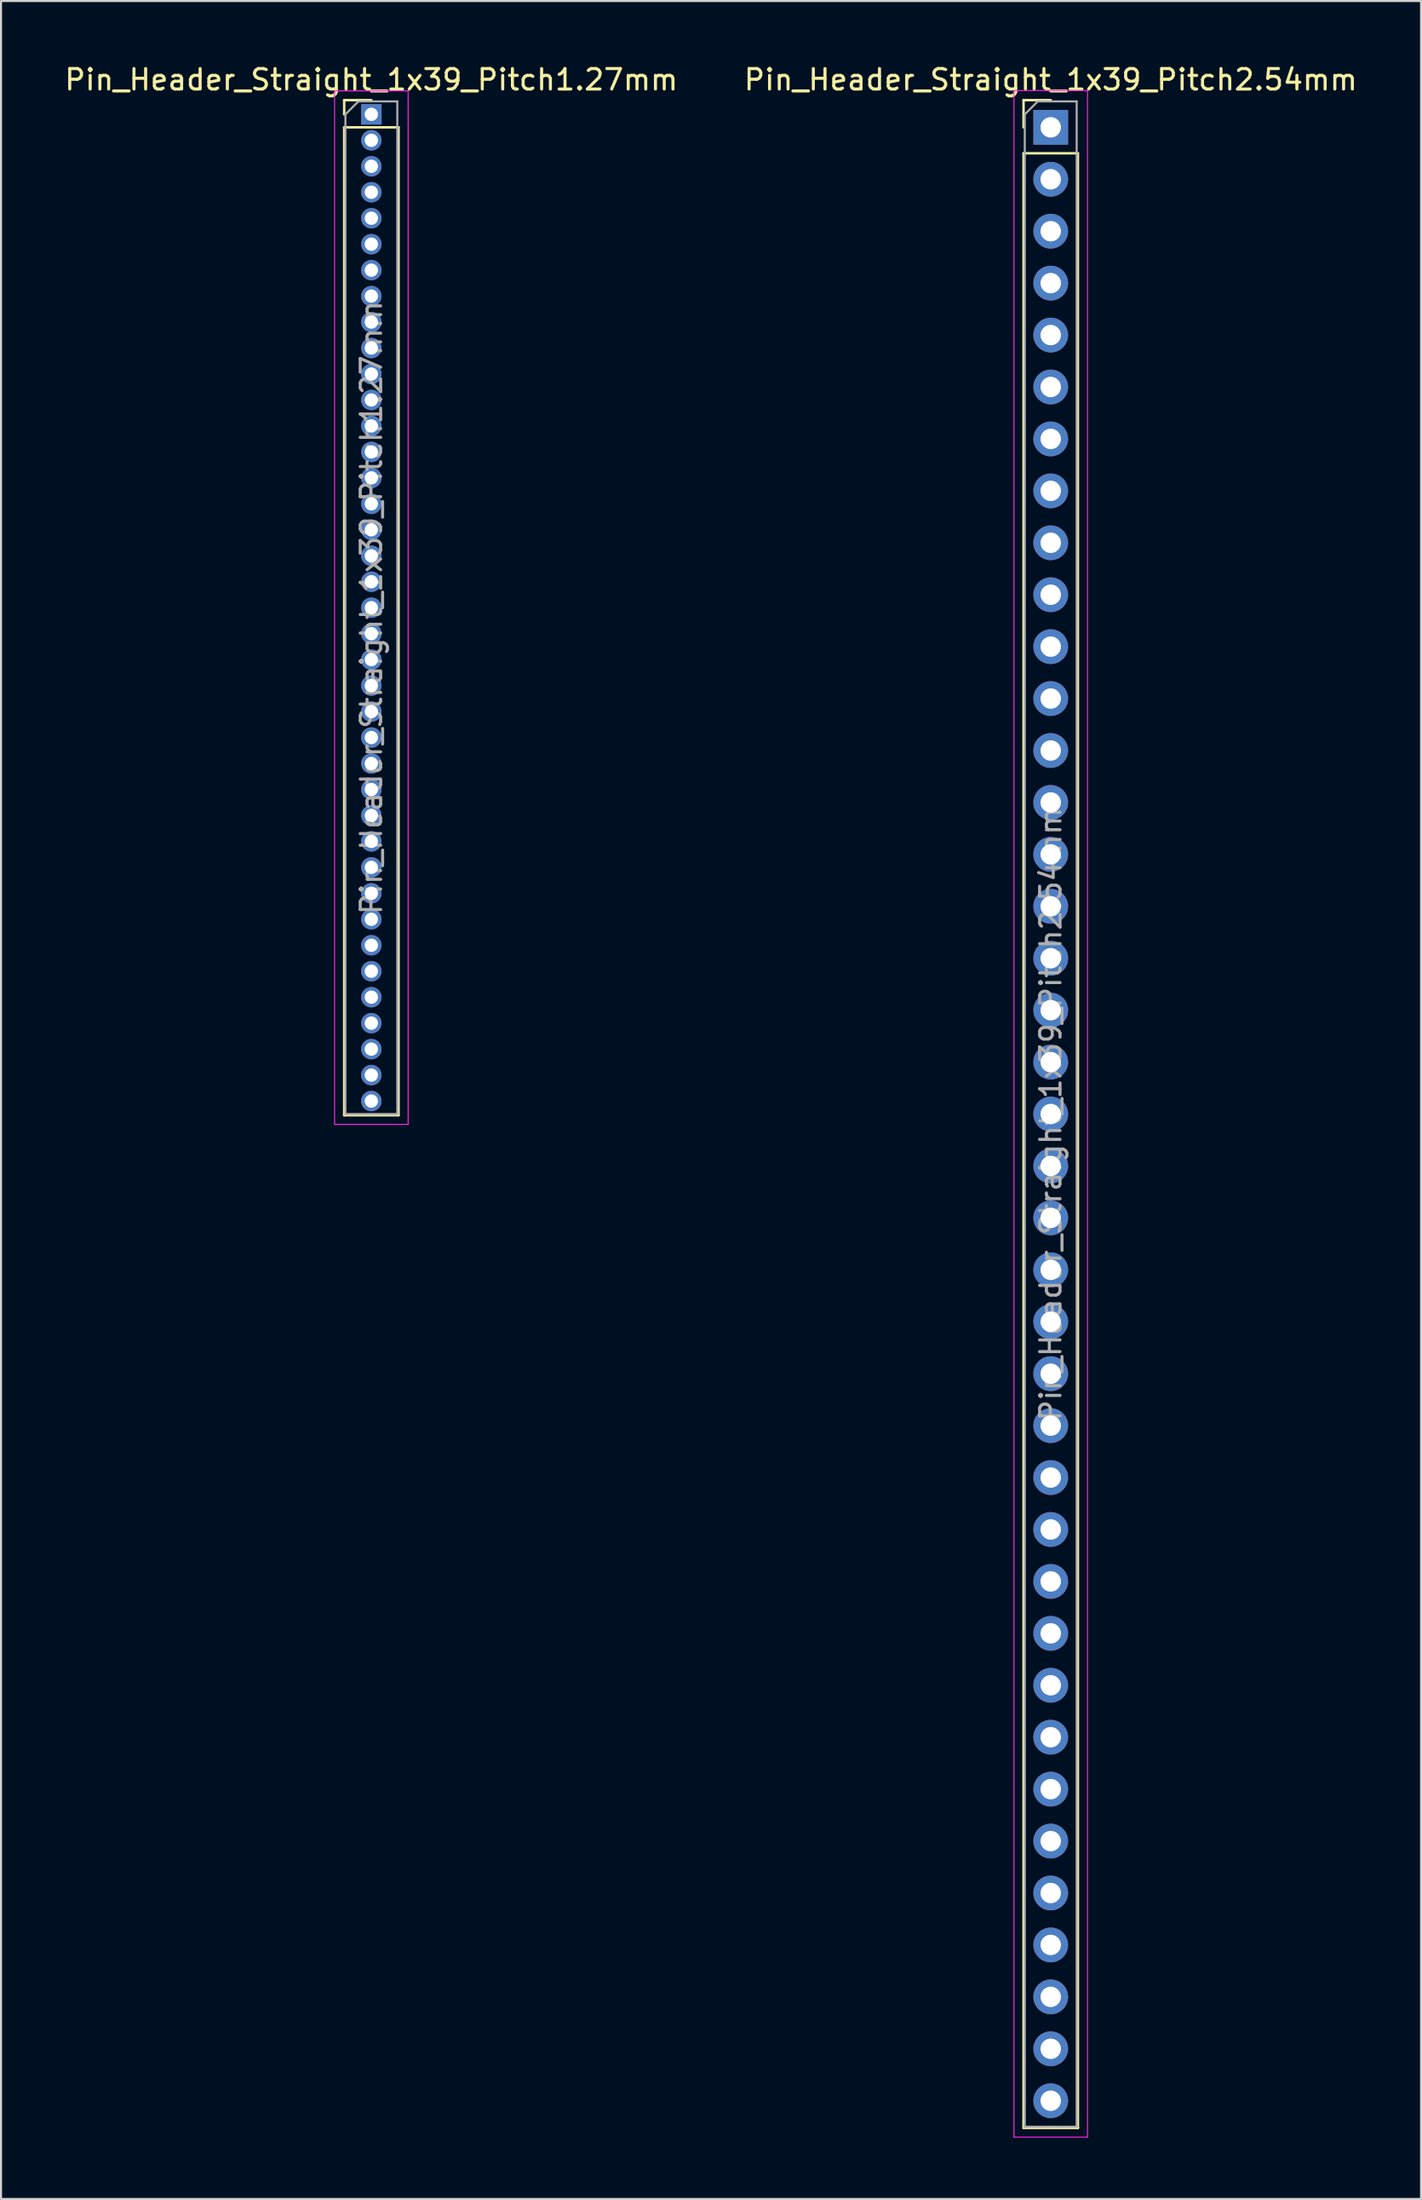
<source format=kicad_pcb>
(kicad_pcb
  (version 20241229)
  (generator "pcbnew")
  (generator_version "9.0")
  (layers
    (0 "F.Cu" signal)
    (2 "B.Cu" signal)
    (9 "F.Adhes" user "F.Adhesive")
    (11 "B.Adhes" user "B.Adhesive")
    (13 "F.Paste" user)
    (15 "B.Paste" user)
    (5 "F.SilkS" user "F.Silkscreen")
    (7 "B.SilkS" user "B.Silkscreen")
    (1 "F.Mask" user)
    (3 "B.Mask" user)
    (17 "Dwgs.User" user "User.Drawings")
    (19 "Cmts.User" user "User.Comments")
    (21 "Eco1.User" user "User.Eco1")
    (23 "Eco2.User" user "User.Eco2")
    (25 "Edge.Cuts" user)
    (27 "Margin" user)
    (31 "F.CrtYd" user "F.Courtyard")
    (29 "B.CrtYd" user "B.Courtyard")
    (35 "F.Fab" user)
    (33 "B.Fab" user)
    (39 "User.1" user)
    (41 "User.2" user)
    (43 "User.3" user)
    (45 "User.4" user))
  (footprint "Pin_Header_Straight_1x39_Pitch2.54mm"
    (layer "F.Cu")
    (at 48.375 3.178)
    (property "Reference" "Pin_Header_Straight_1x39_Pitch2.54mm" (at 0 -2.33 0) (layer "F.SilkS") (effects (font (size 1 1) (thickness 0.15))))
    (attr through_hole)
    (fp_line (start -1.33 -1.33) (end 0 -1.33) (stroke (width 0.12) (type solid)) (layer "F.SilkS"))
    (fp_line (start -1.33 0) (end -1.33 -1.33) (stroke (width 0.12) (type solid)) (layer "F.SilkS"))
    (fp_line (start -1.33 1.27) (end -1.33 97.85) (stroke (width 0.12) (type solid)) (layer "F.SilkS"))
    (fp_line (start -1.33 97.85) (end 1.33 97.85) (stroke (width 0.12) (type solid)) (layer "F.SilkS"))
    (fp_line (start 1.33 1.27) (end -1.33 1.27) (stroke (width 0.12) (type solid)) (layer "F.SilkS"))
    (fp_line (start 1.33 97.85) (end 1.33 1.27) (stroke (width 0.12) (type solid)) (layer "F.SilkS"))
    (fp_line (start -1.8 -1.8) (end -1.8 98.3) (stroke (width 0.05) (type solid)) (layer "F.CrtYd"))
    (fp_line (start -1.8 98.3) (end 1.8 98.3) (stroke (width 0.05) (type solid)) (layer "F.CrtYd"))
    (fp_line (start 1.8 -1.8) (end -1.8 -1.8) (stroke (width 0.05) (type solid)) (layer "F.CrtYd"))
    (fp_line (start 1.8 98.3) (end 1.8 -1.8) (stroke (width 0.05) (type solid)) (layer "F.CrtYd"))
    (fp_line (start -1.27 -0.635) (end -0.635 -1.27) (stroke (width 0.1) (type solid)) (layer "F.Fab"))
    (fp_line (start -1.27 97.79) (end -1.27 -0.635) (stroke (width 0.1) (type solid)) (layer "F.Fab"))
    (fp_line (start -0.635 -1.27) (end 1.27 -1.27) (stroke (width 0.1) (type solid)) (layer "F.Fab"))
    (fp_line (start 1.27 -1.27) (end 1.27 97.79) (stroke (width 0.1) (type solid)) (layer "F.Fab"))
    (fp_line (start 1.27 97.79) (end -1.27 97.79) (stroke (width 0.1) (type solid)) (layer "F.Fab"))
    (fp_text user "${REFERENCE}" (at 0 48.26 90) (layer "F.Fab") (effects (font (size 1 1) (thickness 0.15))))
    (pad "1" thru_hole rect (at 0 0) (size 1.7 1.7) (drill 1) (layers "*.Cu" "*.Mask"))
    (pad "2" thru_hole oval (at 0 2.54) (size 1.7 1.7) (drill 1) (layers "*.Cu" "*.Mask"))
    (pad "3" thru_hole oval (at 0 5.08) (size 1.7 1.7) (drill 1) (layers "*.Cu" "*.Mask"))
    (pad "4" thru_hole oval (at 0 7.62) (size 1.7 1.7) (drill 1) (layers "*.Cu" "*.Mask"))
    (pad "5" thru_hole oval (at 0 10.16) (size 1.7 1.7) (drill 1) (layers "*.Cu" "*.Mask"))
    (pad "6" thru_hole oval (at 0 12.7) (size 1.7 1.7) (drill 1) (layers "*.Cu" "*.Mask"))
    (pad "7" thru_hole oval (at 0 15.24) (size 1.7 1.7) (drill 1) (layers "*.Cu" "*.Mask"))
    (pad "8" thru_hole oval (at 0 17.78) (size 1.7 1.7) (drill 1) (layers "*.Cu" "*.Mask"))
    (pad "9" thru_hole oval (at 0 20.32) (size 1.7 1.7) (drill 1) (layers "*.Cu" "*.Mask"))
    (pad "10" thru_hole oval (at 0 22.86) (size 1.7 1.7) (drill 1) (layers "*.Cu" "*.Mask"))
    (pad "11" thru_hole oval (at 0 25.4) (size 1.7 1.7) (drill 1) (layers "*.Cu" "*.Mask"))
    (pad "12" thru_hole oval (at 0 27.94) (size 1.7 1.7) (drill 1) (layers "*.Cu" "*.Mask"))
    (pad "13" thru_hole oval (at 0 30.48) (size 1.7 1.7) (drill 1) (layers "*.Cu" "*.Mask"))
    (pad "14" thru_hole oval (at 0 33.02) (size 1.7 1.7) (drill 1) (layers "*.Cu" "*.Mask"))
    (pad "15" thru_hole oval (at 0 35.56) (size 1.7 1.7) (drill 1) (layers "*.Cu" "*.Mask"))
    (pad "16" thru_hole oval (at 0 38.1) (size 1.7 1.7) (drill 1) (layers "*.Cu" "*.Mask"))
    (pad "17" thru_hole oval (at 0 40.64) (size 1.7 1.7) (drill 1) (layers "*.Cu" "*.Mask"))
    (pad "18" thru_hole oval (at 0 43.18) (size 1.7 1.7) (drill 1) (layers "*.Cu" "*.Mask"))
    (pad "19" thru_hole oval (at 0 45.72) (size 1.7 1.7) (drill 1) (layers "*.Cu" "*.Mask"))
    (pad "20" thru_hole oval (at 0 48.26) (size 1.7 1.7) (drill 1) (layers "*.Cu" "*.Mask"))
    (pad "21" thru_hole oval (at 0 50.8) (size 1.7 1.7) (drill 1) (layers "*.Cu" "*.Mask"))
    (pad "22" thru_hole oval (at 0 53.34) (size 1.7 1.7) (drill 1) (layers "*.Cu" "*.Mask"))
    (pad "23" thru_hole oval (at 0 55.88) (size 1.7 1.7) (drill 1) (layers "*.Cu" "*.Mask"))
    (pad "24" thru_hole oval (at 0 58.42) (size 1.7 1.7) (drill 1) (layers "*.Cu" "*.Mask"))
    (pad "25" thru_hole oval (at 0 60.96) (size 1.7 1.7) (drill 1) (layers "*.Cu" "*.Mask"))
    (pad "26" thru_hole oval (at 0 63.5) (size 1.7 1.7) (drill 1) (layers "*.Cu" "*.Mask"))
    (pad "27" thru_hole oval (at 0 66.04) (size 1.7 1.7) (drill 1) (layers "*.Cu" "*.Mask"))
    (pad "28" thru_hole oval (at 0 68.58) (size 1.7 1.7) (drill 1) (layers "*.Cu" "*.Mask"))
    (pad "29" thru_hole oval (at 0 71.12) (size 1.7 1.7) (drill 1) (layers "*.Cu" "*.Mask"))
    (pad "30" thru_hole oval (at 0 73.66) (size 1.7 1.7) (drill 1) (layers "*.Cu" "*.Mask"))
    (pad "31" thru_hole oval (at 0 76.2) (size 1.7 1.7) (drill 1) (layers "*.Cu" "*.Mask"))
    (pad "32" thru_hole oval (at 0 78.74) (size 1.7 1.7) (drill 1) (layers "*.Cu" "*.Mask"))
    (pad "33" thru_hole oval (at 0 81.28) (size 1.7 1.7) (drill 1) (layers "*.Cu" "*.Mask"))
    (pad "34" thru_hole oval (at 0 83.82) (size 1.7 1.7) (drill 1) (layers "*.Cu" "*.Mask"))
    (pad "35" thru_hole oval (at 0 86.36) (size 1.7 1.7) (drill 1) (layers "*.Cu" "*.Mask"))
    (pad "36" thru_hole oval (at 0 88.9) (size 1.7 1.7) (drill 1) (layers "*.Cu" "*.Mask"))
    (pad "37" thru_hole oval (at 0 91.44) (size 1.7 1.7) (drill 1) (layers "*.Cu" "*.Mask"))
    (pad "38" thru_hole oval (at 0 93.98) (size 1.7 1.7) (drill 1) (layers "*.Cu" "*.Mask"))
    (pad "39" thru_hole oval (at 0 96.52) (size 1.7 1.7) (drill 1) (layers "*.Cu" "*.Mask")))
  (footprint "Pin_Header_Straight_1x39_Pitch1.27mm"
    (layer "F.Cu")
    (at 15.125 2.543)
    (property "Reference" "Pin_Header_Straight_1x39_Pitch1.27mm" (at 0 -1.695 0) (layer "F.SilkS") (effects (font (size 1 1) (thickness 0.15))))
    (attr through_hole)
    (fp_line (start -1.33 -0.695) (end 0 -0.695) (stroke (width 0.12) (type solid)) (layer "F.SilkS"))
    (fp_line (start -1.33 0) (end -1.33 -0.695) (stroke (width 0.12) (type solid)) (layer "F.SilkS"))
    (fp_line (start -1.33 0.635) (end -1.33 48.955) (stroke (width 0.12) (type solid)) (layer "F.SilkS"))
    (fp_line (start -1.33 48.955) (end 1.33 48.955) (stroke (width 0.12) (type solid)) (layer "F.SilkS"))
    (fp_line (start 1.33 0.635) (end -1.33 0.635) (stroke (width 0.12) (type solid)) (layer "F.SilkS"))
    (fp_line (start 1.33 48.955) (end 1.33 0.635) (stroke (width 0.12) (type solid)) (layer "F.SilkS"))
    (fp_line (start -1.8 -1.15) (end -1.8 49.4) (stroke (width 0.05) (type solid)) (layer "F.CrtYd"))
    (fp_line (start -1.8 49.4) (end 1.8 49.4) (stroke (width 0.05) (type solid)) (layer "F.CrtYd"))
    (fp_line (start 1.8 -1.15) (end -1.8 -1.15) (stroke (width 0.05) (type solid)) (layer "F.CrtYd"))
    (fp_line (start 1.8 49.4) (end 1.8 -1.15) (stroke (width 0.05) (type solid)) (layer "F.CrtYd"))
    (fp_line (start -1.27 0) (end -0.635 -0.635) (stroke (width 0.1) (type solid)) (layer "F.Fab"))
    (fp_line (start -1.27 48.895) (end -1.27 0) (stroke (width 0.1) (type solid)) (layer "F.Fab"))
    (fp_line (start -0.635 -0.635) (end 1.27 -0.635) (stroke (width 0.1) (type solid)) (layer "F.Fab"))
    (fp_line (start 1.27 -0.635) (end 1.27 48.895) (stroke (width 0.1) (type solid)) (layer "F.Fab"))
    (fp_line (start 1.27 48.895) (end -1.27 48.895) (stroke (width 0.1) (type solid)) (layer "F.Fab"))
    (fp_text user "${REFERENCE}" (at 0 24.13 90) (layer "F.Fab") (effects (font (size 1 1) (thickness 0.15))))
    (pad "1" thru_hole rect (at 0 0) (size 1 1) (drill 0.65) (layers "*.Cu" "*.Mask"))
    (pad "2" thru_hole oval (at 0 1.27) (size 1 1) (drill 0.65) (layers "*.Cu" "*.Mask"))
    (pad "3" thru_hole oval (at 0 2.54) (size 1 1) (drill 0.65) (layers "*.Cu" "*.Mask"))
    (pad "4" thru_hole oval (at 0 3.81) (size 1 1) (drill 0.65) (layers "*.Cu" "*.Mask"))
    (pad "5" thru_hole oval (at 0 5.08) (size 1 1) (drill 0.65) (layers "*.Cu" "*.Mask"))
    (pad "6" thru_hole oval (at 0 6.35) (size 1 1) (drill 0.65) (layers "*.Cu" "*.Mask"))
    (pad "7" thru_hole oval (at 0 7.62) (size 1 1) (drill 0.65) (layers "*.Cu" "*.Mask"))
    (pad "8" thru_hole oval (at 0 8.89) (size 1 1) (drill 0.65) (layers "*.Cu" "*.Mask"))
    (pad "9" thru_hole oval (at 0 10.16) (size 1 1) (drill 0.65) (layers "*.Cu" "*.Mask"))
    (pad "10" thru_hole oval (at 0 11.43) (size 1 1) (drill 0.65) (layers "*.Cu" "*.Mask"))
    (pad "11" thru_hole oval (at 0 12.7) (size 1 1) (drill 0.65) (layers "*.Cu" "*.Mask"))
    (pad "12" thru_hole oval (at 0 13.97) (size 1 1) (drill 0.65) (layers "*.Cu" "*.Mask"))
    (pad "13" thru_hole oval (at 0 15.24) (size 1 1) (drill 0.65) (layers "*.Cu" "*.Mask"))
    (pad "14" thru_hole oval (at 0 16.51) (size 1 1) (drill 0.65) (layers "*.Cu" "*.Mask"))
    (pad "15" thru_hole oval (at 0 17.78) (size 1 1) (drill 0.65) (layers "*.Cu" "*.Mask"))
    (pad "16" thru_hole oval (at 0 19.05) (size 1 1) (drill 0.65) (layers "*.Cu" "*.Mask"))
    (pad "17" thru_hole oval (at 0 20.32) (size 1 1) (drill 0.65) (layers "*.Cu" "*.Mask"))
    (pad "18" thru_hole oval (at 0 21.59) (size 1 1) (drill 0.65) (layers "*.Cu" "*.Mask"))
    (pad "19" thru_hole oval (at 0 22.86) (size 1 1) (drill 0.65) (layers "*.Cu" "*.Mask"))
    (pad "20" thru_hole oval (at 0 24.13) (size 1 1) (drill 0.65) (layers "*.Cu" "*.Mask"))
    (pad "21" thru_hole oval (at 0 25.4) (size 1 1) (drill 0.65) (layers "*.Cu" "*.Mask"))
    (pad "22" thru_hole oval (at 0 26.67) (size 1 1) (drill 0.65) (layers "*.Cu" "*.Mask"))
    (pad "23" thru_hole oval (at 0 27.94) (size 1 1) (drill 0.65) (layers "*.Cu" "*.Mask"))
    (pad "24" thru_hole oval (at 0 29.21) (size 1 1) (drill 0.65) (layers "*.Cu" "*.Mask"))
    (pad "25" thru_hole oval (at 0 30.48) (size 1 1) (drill 0.65) (layers "*.Cu" "*.Mask"))
    (pad "26" thru_hole oval (at 0 31.75) (size 1 1) (drill 0.65) (layers "*.Cu" "*.Mask"))
    (pad "27" thru_hole oval (at 0 33.02) (size 1 1) (drill 0.65) (layers "*.Cu" "*.Mask"))
    (pad "28" thru_hole oval (at 0 34.29) (size 1 1) (drill 0.65) (layers "*.Cu" "*.Mask"))
    (pad "29" thru_hole oval (at 0 35.56) (size 1 1) (drill 0.65) (layers "*.Cu" "*.Mask"))
    (pad "30" thru_hole oval (at 0 36.83) (size 1 1) (drill 0.65) (layers "*.Cu" "*.Mask"))
    (pad "31" thru_hole oval (at 0 38.1) (size 1 1) (drill 0.65) (layers "*.Cu" "*.Mask"))
    (pad "32" thru_hole oval (at 0 39.37) (size 1 1) (drill 0.65) (layers "*.Cu" "*.Mask"))
    (pad "33" thru_hole oval (at 0 40.64) (size 1 1) (drill 0.65) (layers "*.Cu" "*.Mask"))
    (pad "34" thru_hole oval (at 0 41.91) (size 1 1) (drill 0.65) (layers "*.Cu" "*.Mask"))
    (pad "35" thru_hole oval (at 0 43.18) (size 1 1) (drill 0.65) (layers "*.Cu" "*.Mask"))
    (pad "36" thru_hole oval (at 0 44.45) (size 1 1) (drill 0.65) (layers "*.Cu" "*.Mask"))
    (pad "37" thru_hole oval (at 0 45.72) (size 1 1) (drill 0.65) (layers "*.Cu" "*.Mask"))
    (pad "38" thru_hole oval (at 0 46.99) (size 1 1) (drill 0.65) (layers "*.Cu" "*.Mask"))
    (pad "39" thru_hole oval (at 0 48.26) (size 1 1) (drill 0.65) (layers "*.Cu" "*.Mask")))
  (gr_rect
    (start -3 -3)
    (end 66.5 104.503)
    (stroke (width 0.1) (type default))
    (fill no)
    (layer "Edge.Cuts")))
</source>
